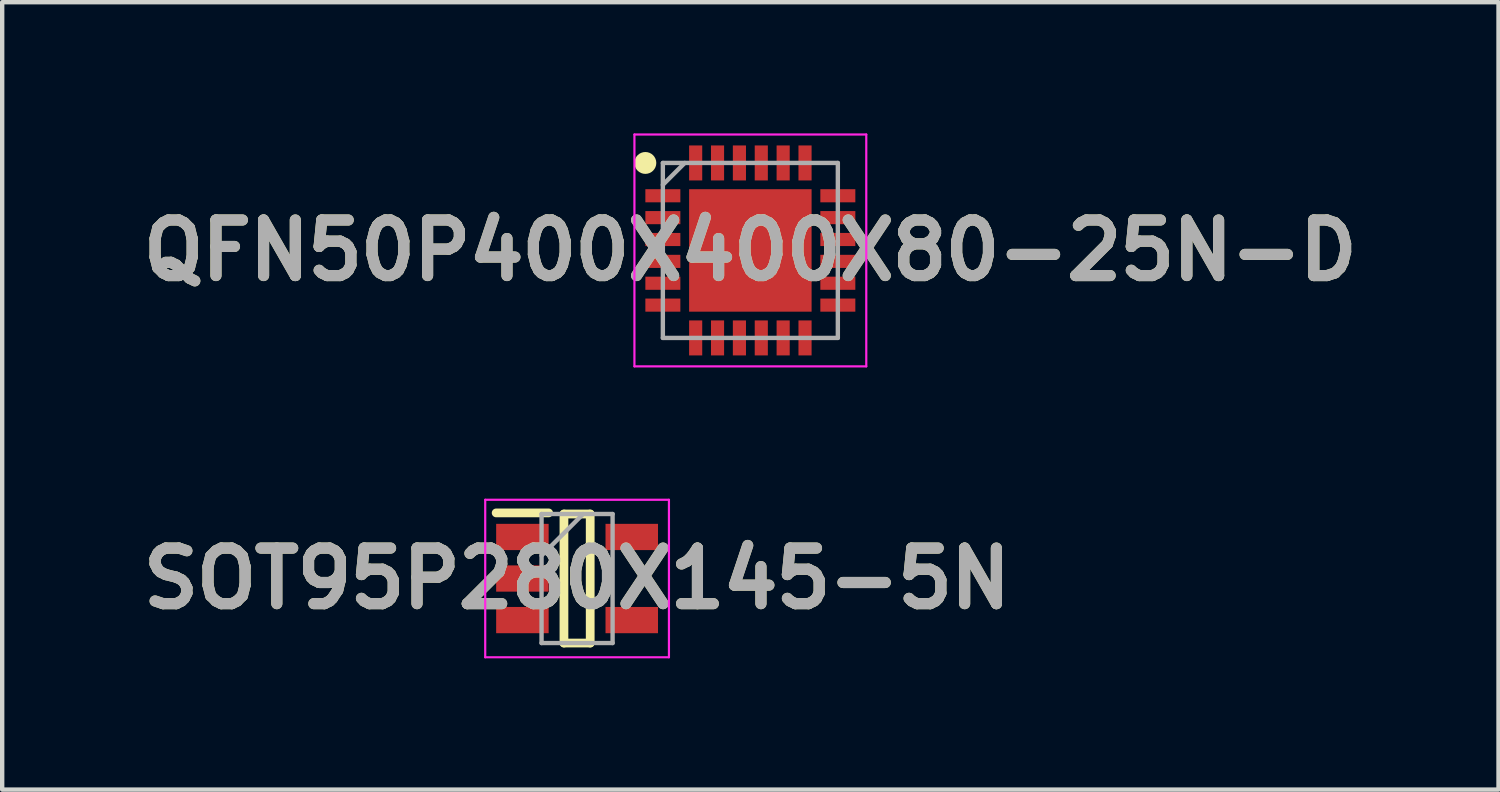
<source format=kicad_pcb>
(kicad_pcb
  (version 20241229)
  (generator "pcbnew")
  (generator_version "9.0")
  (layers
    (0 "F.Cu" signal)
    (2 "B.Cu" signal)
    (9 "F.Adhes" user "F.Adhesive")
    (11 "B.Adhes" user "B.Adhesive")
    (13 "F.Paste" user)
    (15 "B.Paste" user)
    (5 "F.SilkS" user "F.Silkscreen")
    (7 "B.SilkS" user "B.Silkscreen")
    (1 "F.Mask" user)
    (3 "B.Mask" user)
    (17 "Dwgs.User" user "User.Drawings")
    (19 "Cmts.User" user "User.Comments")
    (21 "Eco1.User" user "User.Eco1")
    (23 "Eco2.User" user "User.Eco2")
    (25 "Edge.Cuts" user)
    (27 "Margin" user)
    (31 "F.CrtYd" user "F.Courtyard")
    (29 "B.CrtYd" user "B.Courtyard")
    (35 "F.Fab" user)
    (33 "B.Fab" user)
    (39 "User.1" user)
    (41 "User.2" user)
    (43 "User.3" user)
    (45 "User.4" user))
  (footprint "SOT95P280X145-5N"
    (layer "F.Cu")
    (at 10.142 10.175)
    (property "Reference" "SOT95P280X145-5N" (at 0 0 0) (layer "F.SilkS") (effects (font (size 1.27 1.27) (thickness 0.254))))
    (attr smd)
    (fp_line (start -1.85 -1.5) (end -0.65 -1.5) (stroke (width 0.2) (type solid)) (layer "F.SilkS"))
    (fp_line (start -0.3 -1.475) (end 0.3 -1.475) (stroke (width 0.2) (type solid)) (layer "F.SilkS"))
    (fp_line (start -0.3 1.475) (end -0.3 -1.475) (stroke (width 0.2) (type solid)) (layer "F.SilkS"))
    (fp_line (start 0.3 -1.475) (end 0.3 1.475) (stroke (width 0.2) (type solid)) (layer "F.SilkS"))
    (fp_line (start 0.3 1.475) (end -0.3 1.475) (stroke (width 0.2) (type solid)) (layer "F.SilkS"))
    (fp_line (start -2.1 -1.8) (end 2.1 -1.8) (stroke (width 0.05) (type solid)) (layer "F.CrtYd"))
    (fp_line (start -2.1 1.8) (end -2.1 -1.8) (stroke (width 0.05) (type solid)) (layer "F.CrtYd"))
    (fp_line (start 2.1 -1.8) (end 2.1 1.8) (stroke (width 0.05) (type solid)) (layer "F.CrtYd"))
    (fp_line (start 2.1 1.8) (end -2.1 1.8) (stroke (width 0.05) (type solid)) (layer "F.CrtYd"))
    (fp_line (start -0.812 -1.475) (end 0.812 -1.475) (stroke (width 0.1) (type solid)) (layer "F.Fab"))
    (fp_line (start -0.812 -0.525) (end 0.138 -1.475) (stroke (width 0.1) (type solid)) (layer "F.Fab"))
    (fp_line (start -0.812 1.475) (end -0.812 -1.475) (stroke (width 0.1) (type solid)) (layer "F.Fab"))
    (fp_line (start 0.812 -1.475) (end 0.812 1.475) (stroke (width 0.1) (type solid)) (layer "F.Fab"))
    (fp_line (start 0.812 1.475) (end -0.812 1.475) (stroke (width 0.1) (type solid)) (layer "F.Fab"))
    (fp_text user "${REFERENCE}" (at 0 0 0) (layer "F.Fab") (effects (font (size 1.27 1.27) (thickness 0.254))))
    (pad "1" smd rect (at -1.25 -0.95 90) (size 0.6 1.2) (layers "F.Cu" "F.Mask" "F.Paste"))
    (pad "2" smd rect (at -1.25 0 90) (size 0.6 1.2) (layers "F.Cu" "F.Mask" "F.Paste"))
    (pad "3" smd rect (at -1.25 0.95 90) (size 0.6 1.2) (layers "F.Cu" "F.Mask" "F.Paste"))
    (pad "4" smd rect (at 1.25 0.95 90) (size 0.6 1.2) (layers "F.Cu" "F.Mask" "F.Paste"))
    (pad "5" smd rect (at 1.25 -0.95 90) (size 0.6 1.2) (layers "F.Cu" "F.Mask" "F.Paste")))
  (footprint "QFN50P400X400X80-25N-D"
    (layer "F.Cu")
    (at 14.103 2.675)
    (property "Reference" "QFN50P400X400X80-25N-D" (at 0 0 0) (layer "F.SilkS") (effects (font (size 1.27 1.27) (thickness 0.254))))
    (attr smd)
    (fp_circle (center -2.4 -2) (end -2.4 -1.875) (stroke (width 0.25) (type solid)) (fill no) (layer "F.SilkS"))
    (fp_line (start -2.65 -2.65) (end 2.65 -2.65) (stroke (width 0.05) (type solid)) (layer "F.CrtYd"))
    (fp_line (start -2.65 2.65) (end -2.65 -2.65) (stroke (width 0.05) (type solid)) (layer "F.CrtYd"))
    (fp_line (start 2.65 -2.65) (end 2.65 2.65) (stroke (width 0.05) (type solid)) (layer "F.CrtYd"))
    (fp_line (start 2.65 2.65) (end -2.65 2.65) (stroke (width 0.05) (type solid)) (layer "F.CrtYd"))
    (fp_line (start -2 -2) (end 2 -2) (stroke (width 0.1) (type solid)) (layer "F.Fab"))
    (fp_line (start -2 -1.5) (end -1.5 -2) (stroke (width 0.1) (type solid)) (layer "F.Fab"))
    (fp_line (start -2 2) (end -2 -2) (stroke (width 0.1) (type solid)) (layer "F.Fab"))
    (fp_line (start 2 -2) (end 2 2) (stroke (width 0.1) (type solid)) (layer "F.Fab"))
    (fp_line (start 2 2) (end -2 2) (stroke (width 0.1) (type solid)) (layer "F.Fab"))
    (fp_text user "${REFERENCE}" (at 0 0 0) (layer "F.Fab") (effects (font (size 1.27 1.27) (thickness 0.254))))
    (pad "1" smd rect (at -2 -1.25 90) (size 0.3 0.8) (layers "F.Cu" "F.Mask" "F.Paste"))
    (pad "2" smd rect (at -2 -0.75 90) (size 0.3 0.8) (layers "F.Cu" "F.Mask" "F.Paste"))
    (pad "3" smd rect (at -2 -0.25 90) (size 0.3 0.8) (layers "F.Cu" "F.Mask" "F.Paste"))
    (pad "4" smd rect (at -2 0.25 90) (size 0.3 0.8) (layers "F.Cu" "F.Mask" "F.Paste"))
    (pad "5" smd rect (at -2 0.75 90) (size 0.3 0.8) (layers "F.Cu" "F.Mask" "F.Paste"))
    (pad "6" smd rect (at -2 1.25 90) (size 0.3 0.8) (layers "F.Cu" "F.Mask" "F.Paste"))
    (pad "7" smd rect (at -1.25 2) (size 0.3 0.8) (layers "F.Cu" "F.Mask" "F.Paste"))
    (pad "8" smd rect (at -0.75 2) (size 0.3 0.8) (layers "F.Cu" "F.Mask" "F.Paste"))
    (pad "9" smd rect (at -0.25 2) (size 0.3 0.8) (layers "F.Cu" "F.Mask" "F.Paste"))
    (pad "10" smd rect (at 0.25 2) (size 0.3 0.8) (layers "F.Cu" "F.Mask" "F.Paste"))
    (pad "11" smd rect (at 0.75 2) (size 0.3 0.8) (layers "F.Cu" "F.Mask" "F.Paste"))
    (pad "12" smd rect (at 1.25 2) (size 0.3 0.8) (layers "F.Cu" "F.Mask" "F.Paste"))
    (pad "13" smd rect (at 2 1.25 90) (size 0.3 0.8) (layers "F.Cu" "F.Mask" "F.Paste"))
    (pad "14" smd rect (at 2 0.75 90) (size 0.3 0.8) (layers "F.Cu" "F.Mask" "F.Paste"))
    (pad "15" smd rect (at 2 0.25 90) (size 0.3 0.8) (layers "F.Cu" "F.Mask" "F.Paste"))
    (pad "16" smd rect (at 2 -0.25 90) (size 0.3 0.8) (layers "F.Cu" "F.Mask" "F.Paste"))
    (pad "17" smd rect (at 2 -0.75 90) (size 0.3 0.8) (layers "F.Cu" "F.Mask" "F.Paste"))
    (pad "18" smd rect (at 2 -1.25 90) (size 0.3 0.8) (layers "F.Cu" "F.Mask" "F.Paste"))
    (pad "19" smd rect (at 1.25 -2) (size 0.3 0.8) (layers "F.Cu" "F.Mask" "F.Paste"))
    (pad "20" smd rect (at 0.75 -2) (size 0.3 0.8) (layers "F.Cu" "F.Mask" "F.Paste"))
    (pad "21" smd rect (at 0.25 -2) (size 0.3 0.8) (layers "F.Cu" "F.Mask" "F.Paste"))
    (pad "22" smd rect (at -0.25 -2) (size 0.3 0.8) (layers "F.Cu" "F.Mask" "F.Paste"))
    (pad "23" smd rect (at -0.75 -2) (size 0.3 0.8) (layers "F.Cu" "F.Mask" "F.Paste"))
    (pad "24" smd rect (at -1.25 -2) (size 0.3 0.8) (layers "F.Cu" "F.Mask" "F.Paste"))
    (pad "25" smd rect (at 0 0) (size 2.8 2.8) (layers "F.Cu" "F.Mask" "F.Paste")))
  (gr_rect
    (start -3 -3)
    (end 31.206 15)
    (stroke (width 0.1) (type default))
    (fill no)
    (layer "Edge.Cuts")))
</source>
